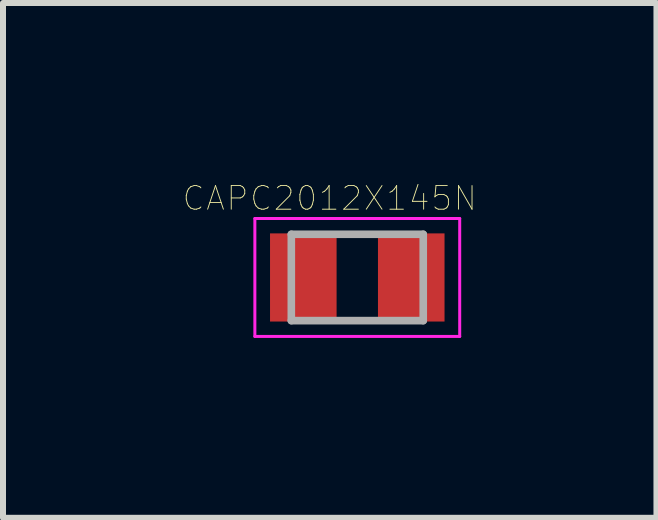
<source format=kicad_pcb>
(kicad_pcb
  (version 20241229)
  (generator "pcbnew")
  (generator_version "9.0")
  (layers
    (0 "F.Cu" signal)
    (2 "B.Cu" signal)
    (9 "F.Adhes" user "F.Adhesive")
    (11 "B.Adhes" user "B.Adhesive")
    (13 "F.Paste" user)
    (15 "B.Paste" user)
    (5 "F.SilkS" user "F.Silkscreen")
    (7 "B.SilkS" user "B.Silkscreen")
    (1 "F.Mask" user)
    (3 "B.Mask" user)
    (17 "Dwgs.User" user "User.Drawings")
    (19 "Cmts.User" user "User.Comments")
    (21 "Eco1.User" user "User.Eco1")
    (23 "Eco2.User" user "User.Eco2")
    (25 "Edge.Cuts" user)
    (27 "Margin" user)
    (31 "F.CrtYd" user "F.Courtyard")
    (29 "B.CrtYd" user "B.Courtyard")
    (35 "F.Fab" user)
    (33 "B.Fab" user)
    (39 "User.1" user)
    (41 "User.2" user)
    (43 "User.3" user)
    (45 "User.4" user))
  (footprint "CAPC2012X145N"
    (layer "F.Cu")
    (at 2.908 1.577)
    (property "Reference" "CAPC2012X145N" (at -0.46 -1.32 0) (layer "F.SilkS") (effects (font (size 0.394 0.394) (thickness 0.015))))
    (attr through_hole)
    (fp_line (start -1.708 -0.983) (end 1.708 -0.983) (stroke (width 0.05) (type solid)) (layer "F.CrtYd"))
    (fp_line (start -1.708 0.983) (end -1.708 -0.983) (stroke (width 0.05) (type solid)) (layer "F.CrtYd"))
    (fp_line (start -1.708 0.983) (end 1.708 0.983) (stroke (width 0.05) (type solid)) (layer "F.CrtYd"))
    (fp_line (start 1.708 0.983) (end 1.708 -0.983) (stroke (width 0.05) (type solid)) (layer "F.CrtYd"))
    (fp_line (start -1.1 0.72) (end -1.1 -0.72) (stroke (width 0.127) (type solid)) (layer "F.Fab"))
    (fp_line (start 1.1 -0.72) (end -1.1 -0.72) (stroke (width 0.127) (type solid)) (layer "F.Fab"))
    (fp_line (start 1.1 0.72) (end -1.1 0.72) (stroke (width 0.127) (type solid)) (layer "F.Fab"))
    (fp_line (start 1.1 0.72) (end 1.1 -0.72) (stroke (width 0.127) (type solid)) (layer "F.Fab"))
    (pad "1" smd rect (at -0.9 0) (size 1.11 1.47) (layers "F.Cu" "F.Mask" "F.Paste"))
    (pad "2" smd rect (at 0.9 0) (size 1.11 1.47) (layers "F.Cu" "F.Mask" "F.Paste")))
  (gr_rect
    (start -3 -3)
    (end 7.897 5.585)
    (stroke (width 0.1) (type default))
    (fill no)
    (layer "Edge.Cuts")))
</source>
